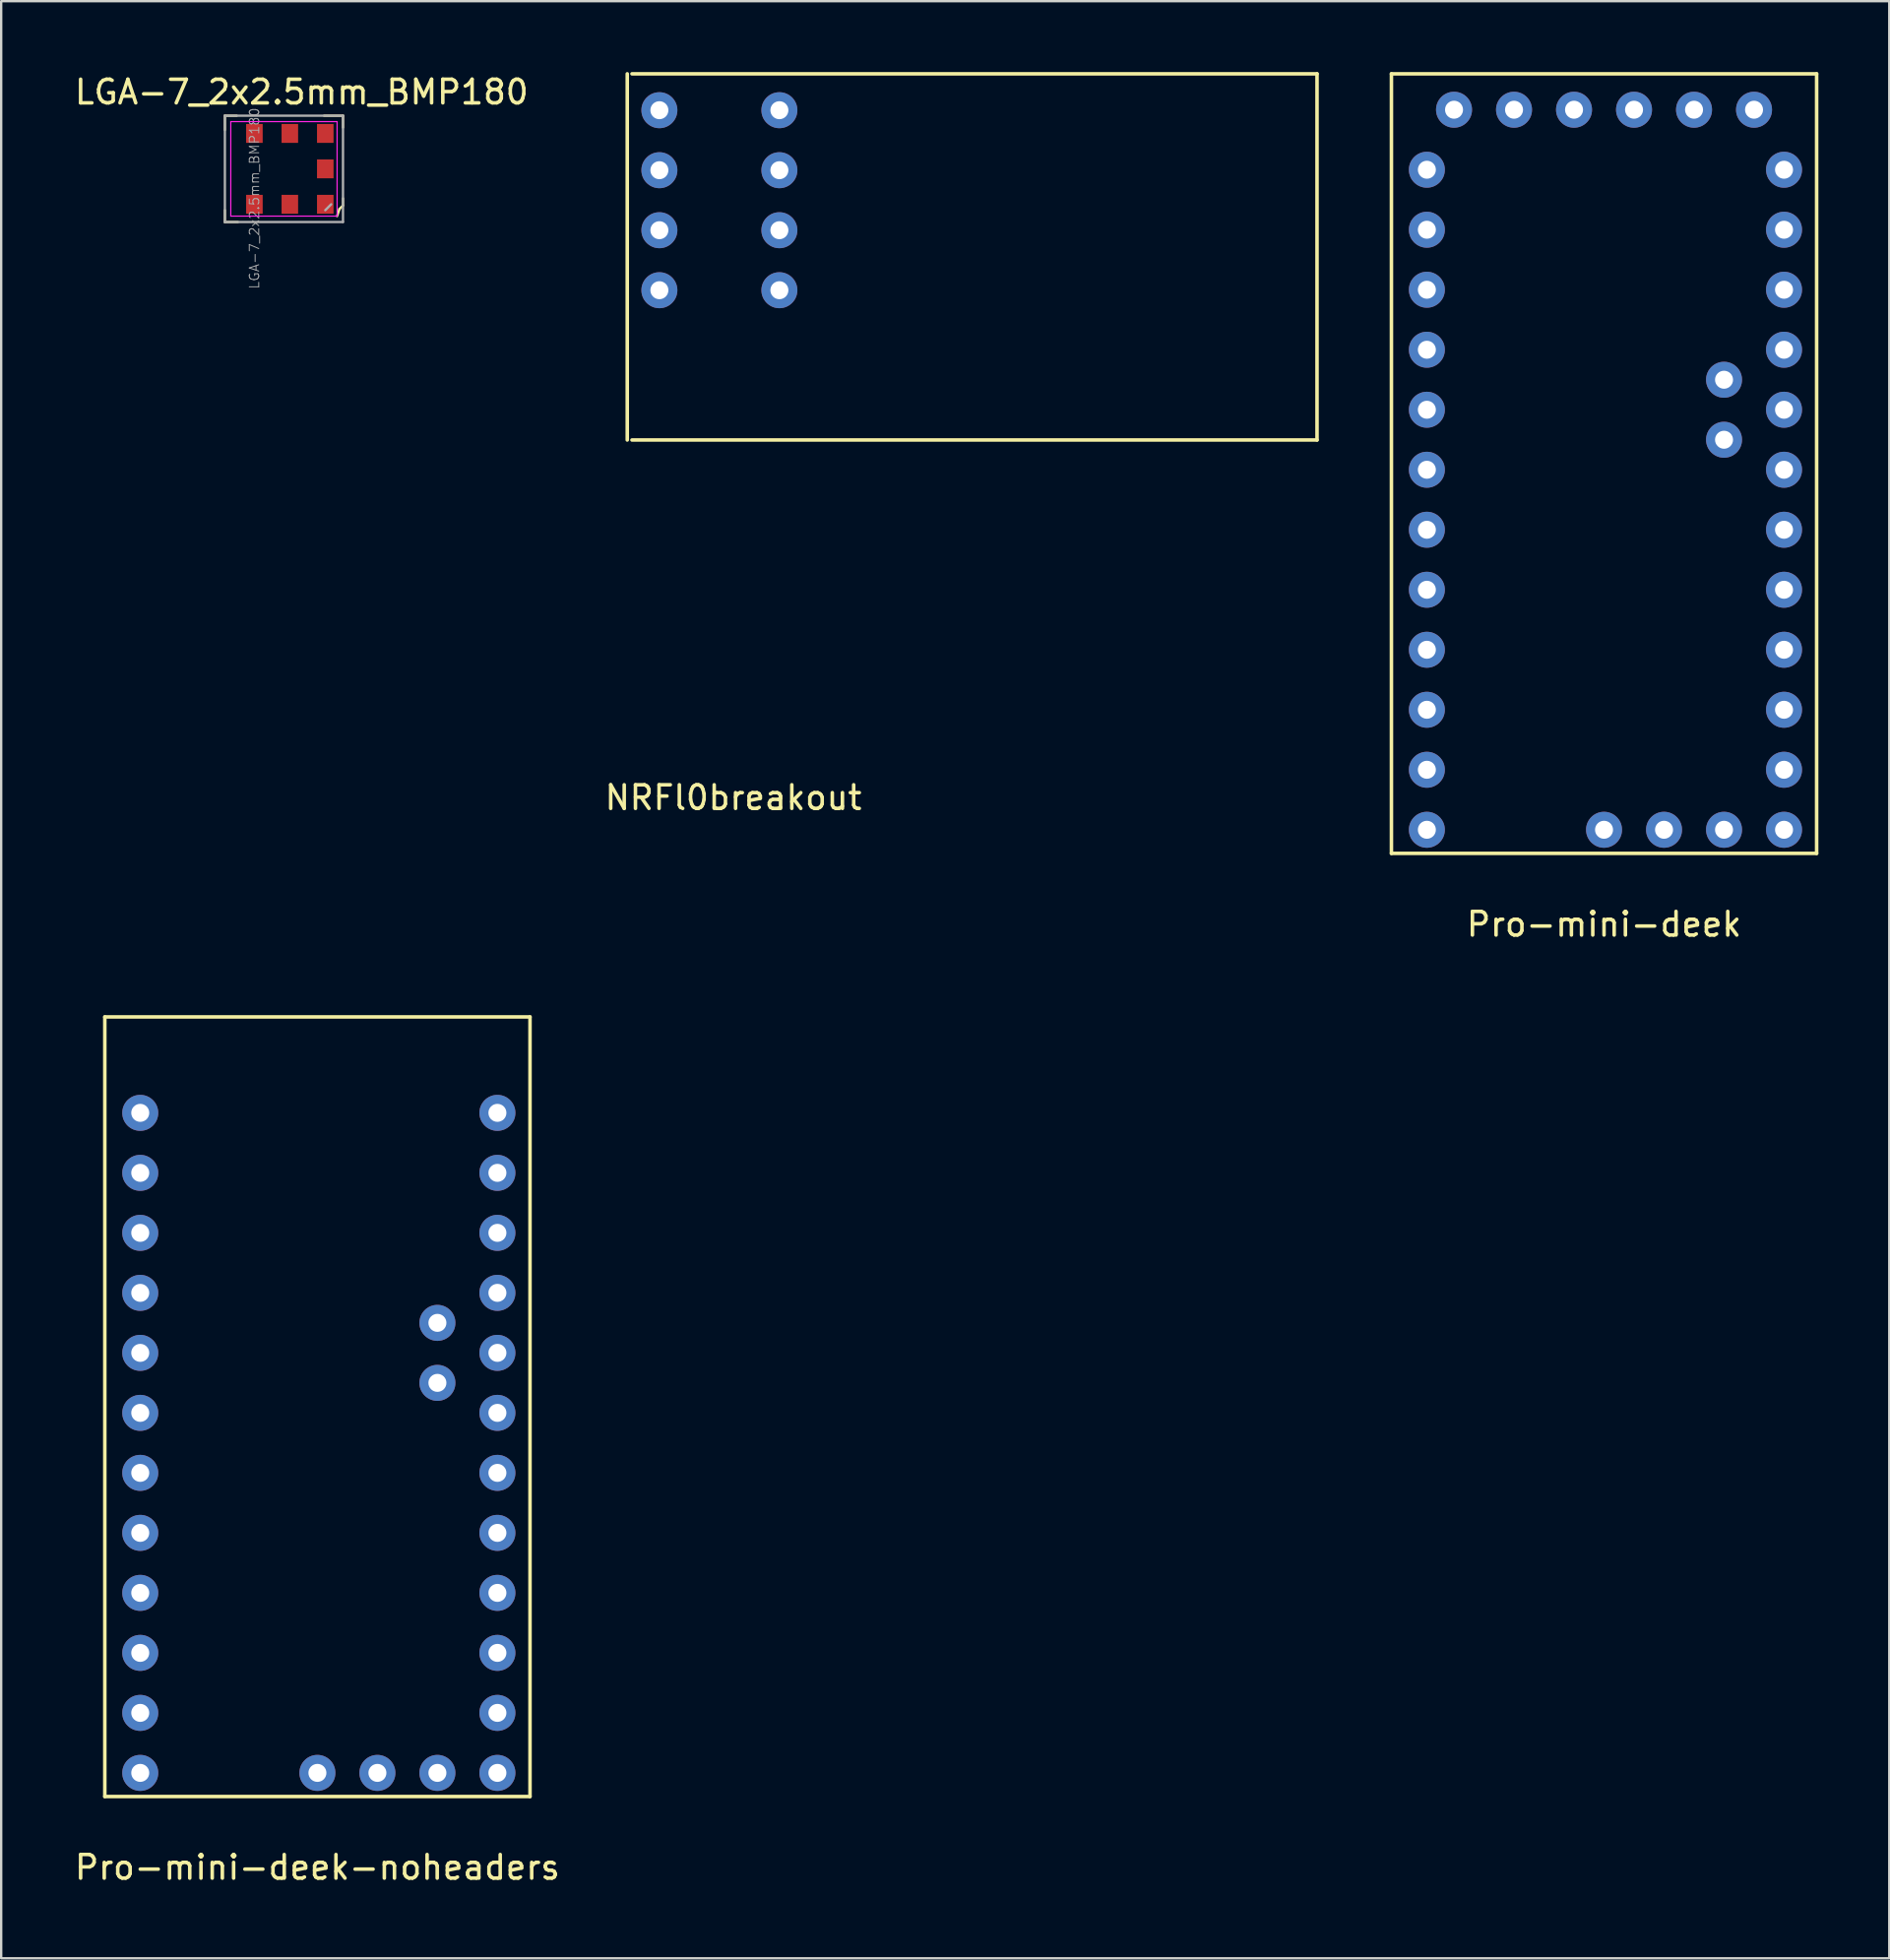
<source format=kicad_pcb>
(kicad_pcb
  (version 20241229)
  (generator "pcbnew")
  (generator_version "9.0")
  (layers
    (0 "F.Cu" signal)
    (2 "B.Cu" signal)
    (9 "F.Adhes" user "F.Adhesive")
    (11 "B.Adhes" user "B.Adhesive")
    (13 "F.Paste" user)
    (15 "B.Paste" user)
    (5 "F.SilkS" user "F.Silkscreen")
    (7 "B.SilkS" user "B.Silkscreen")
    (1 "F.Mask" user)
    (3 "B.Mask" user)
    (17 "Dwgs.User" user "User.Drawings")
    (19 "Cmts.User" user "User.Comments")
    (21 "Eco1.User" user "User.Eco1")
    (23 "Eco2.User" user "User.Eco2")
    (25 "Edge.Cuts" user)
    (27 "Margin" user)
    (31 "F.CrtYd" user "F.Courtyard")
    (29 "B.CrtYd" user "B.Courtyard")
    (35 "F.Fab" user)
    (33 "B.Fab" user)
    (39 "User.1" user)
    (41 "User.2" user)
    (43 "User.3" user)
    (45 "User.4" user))
  (footprint "Pro-mini-deek"
    (layer "F.Cu")
    (at 64.854 32.075)
    (property "Reference" "Pro-mini-deek" (at 0 4 0) (layer "F.SilkS") (effects (font (size 1 1) (thickness 0.15))))
    (attr through_hole)
    (fp_line (start -9 -32) (end 9 -32) (stroke (width 0.15) (type solid)) (layer "F.SilkS"))
    (fp_line (start -9 1) (end -9 -32) (stroke (width 0.15) (type solid)) (layer "F.SilkS"))
    (fp_line (start 9 -32) (end 9 1) (stroke (width 0.15) (type solid)) (layer "F.SilkS"))
    (fp_line (start 9 1) (end -9 1) (stroke (width 0.15) (type solid)) (layer "F.SilkS"))
    (pad "1" thru_hole circle (at -7.5 -27.94) (size 1.524 1.524) (drill 0.762) (layers "*.Cu" "*.Mask"))
    (pad "2" thru_hole circle (at -7.5 -25.4) (size 1.524 1.524) (drill 0.762) (layers "*.Cu" "*.Mask"))
    (pad "3" thru_hole circle (at -7.5 -22.86) (size 1.524 1.524) (drill 0.762) (layers "*.Cu" "*.Mask"))
    (pad "4" thru_hole circle (at -7.5 -20.32) (size 1.524 1.524) (drill 0.762) (layers "*.Cu" "*.Mask"))
    (pad "5" thru_hole circle (at -7.5 -17.78) (size 1.524 1.524) (drill 0.762) (layers "*.Cu" "*.Mask"))
    (pad "6" thru_hole circle (at -7.5 -15.24) (size 1.524 1.524) (drill 0.762) (layers "*.Cu" "*.Mask"))
    (pad "7" thru_hole circle (at -7.5 -12.7) (size 1.524 1.524) (drill 0.762) (layers "*.Cu" "*.Mask"))
    (pad "8" thru_hole circle (at -7.5 -10.16) (size 1.524 1.524) (drill 0.762) (layers "*.Cu" "*.Mask"))
    (pad "9" thru_hole circle (at -7.5 -7.62) (size 1.524 1.524) (drill 0.762) (layers "*.Cu" "*.Mask"))
    (pad "10" thru_hole circle (at -7.5 -5.08) (size 1.524 1.524) (drill 0.762) (layers "*.Cu" "*.Mask"))
    (pad "11" thru_hole circle (at -7.5 -2.54) (size 1.524 1.524) (drill 0.762) (layers "*.Cu" "*.Mask"))
    (pad "12" thru_hole circle (at -7.5 0) (size 1.524 1.524) (drill 0.762) (layers "*.Cu" "*.Mask"))
    (pad "13" thru_hole circle (at 7.62 0) (size 1.524 1.524) (drill 0.762) (layers "*.Cu" "*.Mask"))
    (pad "14" thru_hole circle (at 7.62 -2.54) (size 1.524 1.524) (drill 0.762) (layers "*.Cu" "*.Mask"))
    (pad "15" thru_hole circle (at 7.62 -5.08) (size 1.524 1.524) (drill 0.762) (layers "*.Cu" "*.Mask"))
    (pad "16" thru_hole circle (at 7.62 -7.62) (size 1.524 1.524) (drill 0.762) (layers "*.Cu" "*.Mask"))
    (pad "17" thru_hole circle (at 7.62 -10.16) (size 1.524 1.524) (drill 0.762) (layers "*.Cu" "*.Mask"))
    (pad "18" thru_hole circle (at 7.62 -12.7) (size 1.524 1.524) (drill 0.762) (layers "*.Cu" "*.Mask"))
    (pad "19" thru_hole circle (at 7.62 -15.24) (size 1.524 1.524) (drill 0.762) (layers "*.Cu" "*.Mask"))
    (pad "20" thru_hole circle (at 7.62 -17.78) (size 1.524 1.524) (drill 0.762) (layers "*.Cu" "*.Mask"))
    (pad "21" thru_hole circle (at 5.08 -19.05) (size 1.524 1.524) (drill 0.762) (layers "*.Cu" "*.Mask"))
    (pad "22" thru_hole circle (at 5.08 -16.51) (size 1.524 1.524) (drill 0.762) (layers "*.Cu" "*.Mask"))
    (pad "23" thru_hole circle (at 7.62 -20.32) (size 1.524 1.524) (drill 0.762) (layers "*.Cu" "*.Mask"))
    (pad "24" thru_hole circle (at 7.62 -22.86) (size 1.524 1.524) (drill 0.762) (layers "*.Cu" "*.Mask"))
    (pad "25" thru_hole circle (at 7.62 -25.4) (size 1.524 1.524) (drill 0.762) (layers "*.Cu" "*.Mask"))
    (pad "26" thru_hole circle (at 7.62 -27.94) (size 1.524 1.524) (drill 0.762) (layers "*.Cu" "*.Mask"))
    (pad "27" thru_hole circle (at 5.08 0) (size 1.524 1.524) (drill 0.762) (layers "*.Cu" "*.Mask"))
    (pad "28" thru_hole circle (at 2.54 0) (size 1.524 1.524) (drill 0.762) (layers "*.Cu" "*.Mask"))
    (pad "29" thru_hole circle (at 0 0) (size 1.524 1.524) (drill 0.762) (layers "*.Cu" "*.Mask"))
    (pad "30" thru_hole circle (at -6.35 -30.48) (size 1.524 1.524) (drill 0.762) (layers "*.Cu" "*.Mask"))
    (pad "31" thru_hole circle (at -3.81 -30.48) (size 1.524 1.524) (drill 0.762) (layers "*.Cu" "*.Mask"))
    (pad "32" thru_hole circle (at -1.27 -30.48) (size 1.524 1.524) (drill 0.762) (layers "*.Cu" "*.Mask"))
    (pad "33" thru_hole circle (at 1.27 -30.48) (size 1.524 1.524) (drill 0.762) (layers "*.Cu" "*.Mask"))
    (pad "34" thru_hole circle (at 3.81 -30.48) (size 1.524 1.524) (drill 0.762) (layers "*.Cu" "*.Mask"))
    (pad "35" thru_hole circle (at 6.35 -30.48) (size 1.524 1.524) (drill 0.762) (layers "*.Cu" "*.Mask")))
  (footprint "LGA-7_2x2.5mm_BMP180"
    (layer "F.Cu")
    (at 10.72 5.598)
    (property "Reference" "LGA-7_2x2.5mm_BMP180" (at -1 -4.75 0) (layer "F.SilkS") (effects (font (size 1 1) (thickness 0.15))))
    (attr through_hole)
    (fp_line (start -4.25 -3.75) (end -4.25 -3.15) (stroke (width 0.1) (type solid)) (layer "F.SilkS"))
    (fp_line (start -4.25 -3.75) (end -3.75 -3.75) (stroke (width 0.1) (type solid)) (layer "F.SilkS"))
    (fp_line (start -4.25 0.75) (end -4.25 0.25) (stroke (width 0.1) (type solid)) (layer "F.SilkS"))
    (fp_line (start -4.25 0.75) (end -3.7 0.75) (stroke (width 0.1) (type solid)) (layer "F.SilkS"))
    (fp_line (start 0.6 0.2) (end 0.5 0.5) (stroke (width 0.1) (type solid)) (layer "F.SilkS"))
    (fp_line (start 0.75 -3.75) (end -0.05 -3.75) (stroke (width 0.1) (type solid)) (layer "F.SilkS"))
    (fp_line (start 0.75 -3.25) (end 0.75 -3.75) (stroke (width 0.1) (type solid)) (layer "F.SilkS"))
    (fp_line (start 0.75 -0.25) (end 0.75 0.05) (stroke (width 0.1) (type solid)) (layer "F.SilkS"))
    (fp_line (start 0.75 0.05) (end 0.6 0.2) (stroke (width 0.1) (type solid)) (layer "F.SilkS"))
    (fp_line (start -4 -3.5) (end 0.5 -3.5) (stroke (width 0.05) (type solid)) (layer "F.CrtYd"))
    (fp_line (start -4 0.5) (end -4 -3.5) (stroke (width 0.05) (type solid)) (layer "F.CrtYd"))
    (fp_line (start 0.5 0.5) (end -4 0.5) (stroke (width 0.05) (type solid)) (layer "F.CrtYd"))
    (fp_line (start 0.5 0.5) (end 0.5 -3.5) (stroke (width 0.05) (type solid)) (layer "F.CrtYd"))
    (fp_line (start -4.25 -3.75) (end 0.75 -3.75) (stroke (width 0.1) (type solid)) (layer "F.Fab"))
    (fp_line (start -4.25 0.75) (end -4.25 -3.75) (stroke (width 0.1) (type solid)) (layer "F.Fab"))
    (fp_line (start 0 0.25) (end 0.25 0) (stroke (width 0.1) (type solid)) (layer "F.Fab"))
    (fp_line (start 0.75 0.75) (end -4.25 0.75) (stroke (width 0.1) (type solid)) (layer "F.Fab"))
    (fp_line (start 0.75 0.75) (end 0.75 -3.75) (stroke (width 0.1) (type solid)) (layer "F.Fab"))
    (fp_text user "${REFERENCE}" (at -3 -0.25 270) (layer "F.Fab") (effects (font (size 0.4 0.4) (thickness 0.04))))
    (pad "1" smd rect (at 0 0 270) (size 0.8 0.7) (layers "F.Cu" "F.Mask" "F.Paste"))
    (pad "2" smd rect (at -1.5 0 270) (size 0.8 0.7) (layers "F.Cu" "F.Mask" "F.Paste"))
    (pad "3" smd rect (at -3 0 270) (size 0.8 0.7) (layers "F.Cu" "F.Mask" "F.Paste"))
    (pad "4" smd rect (at -3 -3 270) (size 0.8 0.7) (layers "F.Cu" "F.Mask" "F.Paste"))
    (pad "5" smd rect (at -1.5 -3 270) (size 0.8 0.7) (layers "F.Cu" "F.Mask" "F.Paste"))
    (pad "6" smd rect (at 0 -3 270) (size 0.8 0.7) (layers "F.Cu" "F.Mask" "F.Paste"))
    (pad "7" smd rect (at 0 -1.5 270) (size 0.8 0.7) (layers "F.Cu" "F.Mask" "F.Paste")))
  (footprint "Pro-mini-deek-noheaders"
    (placed yes)
    (layer "F.Cu")
    (at 10.387 71.998)
    (property "Reference" "Pro-mini-deek-noheaders" (at 0 4 0) (layer "F.SilkS") (effects (font (size 1 1) (thickness 0.15))))
    (attr through_hole)
    (fp_line (start -9 -32) (end 9 -32) (stroke (width 0.15) (type solid)) (layer "F.SilkS"))
    (fp_line (start -9 1) (end -9 -32) (stroke (width 0.15) (type solid)) (layer "F.SilkS"))
    (fp_line (start 9 -32) (end 9 1) (stroke (width 0.15) (type solid)) (layer "F.SilkS"))
    (fp_line (start 9 1) (end -9 1) (stroke (width 0.15) (type solid)) (layer "F.SilkS"))
    (pad "1" thru_hole circle (at -7.5 -27.94) (size 1.524 1.524) (drill 0.762) (layers "*.Cu" "*.Mask"))
    (pad "2" thru_hole circle (at -7.5 -25.4) (size 1.524 1.524) (drill 0.762) (layers "*.Cu" "*.Mask"))
    (pad "3" thru_hole circle (at -7.5 -22.86) (size 1.524 1.524) (drill 0.762) (layers "*.Cu" "*.Mask"))
    (pad "4" thru_hole circle (at -7.5 -20.32) (size 1.524 1.524) (drill 0.762) (layers "*.Cu" "*.Mask"))
    (pad "5" thru_hole circle (at -7.5 -17.78) (size 1.524 1.524) (drill 0.762) (layers "*.Cu" "*.Mask"))
    (pad "6" thru_hole circle (at -7.5 -15.24) (size 1.524 1.524) (drill 0.762) (layers "*.Cu" "*.Mask"))
    (pad "7" thru_hole circle (at -7.5 -12.7) (size 1.524 1.524) (drill 0.762) (layers "*.Cu" "*.Mask"))
    (pad "8" thru_hole circle (at -7.5 -10.16) (size 1.524 1.524) (drill 0.762) (layers "*.Cu" "*.Mask"))
    (pad "9" thru_hole circle (at -7.5 -7.62) (size 1.524 1.524) (drill 0.762) (layers "*.Cu" "*.Mask"))
    (pad "10" thru_hole circle (at -7.5 -5.08) (size 1.524 1.524) (drill 0.762) (layers "*.Cu" "*.Mask"))
    (pad "11" thru_hole circle (at -7.5 -2.54) (size 1.524 1.524) (drill 0.762) (layers "*.Cu" "*.Mask"))
    (pad "12" thru_hole circle (at -7.5 0) (size 1.524 1.524) (drill 0.762) (layers "*.Cu" "*.Mask"))
    (pad "13" thru_hole circle (at 7.62 0) (size 1.524 1.524) (drill 0.762) (layers "*.Cu" "*.Mask"))
    (pad "14" thru_hole circle (at 7.62 -2.54) (size 1.524 1.524) (drill 0.762) (layers "*.Cu" "*.Mask"))
    (pad "15" thru_hole circle (at 7.62 -5.08) (size 1.524 1.524) (drill 0.762) (layers "*.Cu" "*.Mask"))
    (pad "16" thru_hole circle (at 7.62 -7.62) (size 1.524 1.524) (drill 0.762) (layers "*.Cu" "*.Mask"))
    (pad "17" thru_hole circle (at 7.62 -10.16) (size 1.524 1.524) (drill 0.762) (layers "*.Cu" "*.Mask"))
    (pad "18" thru_hole circle (at 7.62 -12.7) (size 1.524 1.524) (drill 0.762) (layers "*.Cu" "*.Mask"))
    (pad "19" thru_hole circle (at 7.62 -15.24) (size 1.524 1.524) (drill 0.762) (layers "*.Cu" "*.Mask"))
    (pad "20" thru_hole circle (at 7.62 -17.78) (size 1.524 1.524) (drill 0.762) (layers "*.Cu" "*.Mask"))
    (pad "21" thru_hole circle (at 5.08 -19.05) (size 1.524 1.524) (drill 0.762) (layers "*.Cu" "*.Mask"))
    (pad "22" thru_hole circle (at 5.08 -16.51) (size 1.524 1.524) (drill 0.762) (layers "*.Cu" "*.Mask"))
    (pad "23" thru_hole circle (at 7.62 -20.32) (size 1.524 1.524) (drill 0.762) (layers "*.Cu" "*.Mask"))
    (pad "24" thru_hole circle (at 7.62 -22.86) (size 1.524 1.524) (drill 0.762) (layers "*.Cu" "*.Mask"))
    (pad "25" thru_hole circle (at 7.62 -25.4) (size 1.524 1.524) (drill 0.762) (layers "*.Cu" "*.Mask"))
    (pad "26" thru_hole circle (at 7.62 -27.94) (size 1.524 1.524) (drill 0.762) (layers "*.Cu" "*.Mask"))
    (pad "27" thru_hole circle (at 5.08 0) (size 1.524 1.524) (drill 0.762) (layers "*.Cu" "*.Mask"))
    (pad "28" thru_hole circle (at 2.54 0) (size 1.524 1.524) (drill 0.762) (layers "*.Cu" "*.Mask"))
    (pad "29" thru_hole circle (at 0 0) (size 1.524 1.524) (drill 0.762) (layers "*.Cu" "*.Mask")))
  (footprint "NRFl0breakout"
    (layer "F.Cu")
    (at 27.404 11.775)
    (property "Reference" "NRFl0breakout" (at 0.59 18.94 0) (layer "F.SilkS") (effects (font (size 1 1) (thickness 0.15))))
    (attr through_hole)
    (fp_line (start -3.9 -11.7) (end -3.9 3.8) (stroke (width 0.15) (type solid)) (layer "F.SilkS"))
    (fp_line (start -3.7 -11.7) (end 25.3 -11.7) (stroke (width 0.15) (type solid)) (layer "F.SilkS"))
    (fp_line (start -3.7 3.8) (end 25.3 3.8) (stroke (width 0.15) (type solid)) (layer "F.SilkS"))
    (fp_line (start 25.3 -11.7) (end 25.3 3.8) (stroke (width 0.15) (type solid)) (layer "F.SilkS"))
    (pad "1" thru_hole circle (at -2.54 -10.16) (size 1.524 1.524) (drill 0.762) (layers "*.Cu" "*.Mask"))
    (pad "2" thru_hole circle (at 2.54 -10.16) (size 1.524 1.524) (drill 0.762) (layers "*.Cu" "*.Mask"))
    (pad "3" thru_hole circle (at -2.54 -7.62) (size 1.524 1.524) (drill 0.762) (layers "*.Cu" "*.Mask"))
    (pad "4" thru_hole circle (at 2.54 -7.62) (size 1.524 1.524) (drill 0.762) (layers "*.Cu" "*.Mask"))
    (pad "5" thru_hole circle (at -2.54 -5.08) (size 1.524 1.524) (drill 0.762) (layers "*.Cu" "*.Mask"))
    (pad "6" thru_hole circle (at 2.54 -5.08) (size 1.524 1.524) (drill 0.762) (layers "*.Cu" "*.Mask"))
    (pad "7" thru_hole circle (at -2.54 -2.54) (size 1.524 1.524) (drill 0.762) (layers "*.Cu" "*.Mask"))
    (pad "8" thru_hole circle (at 2.54 -2.54) (size 1.524 1.524) (drill 0.762) (layers "*.Cu" "*.Mask")))
  (gr_rect
    (start -3 -3)
    (end 76.929 79.847)
    (stroke (width 0.1) (type default))
    (fill no)
    (layer "Edge.Cuts")))
</source>
